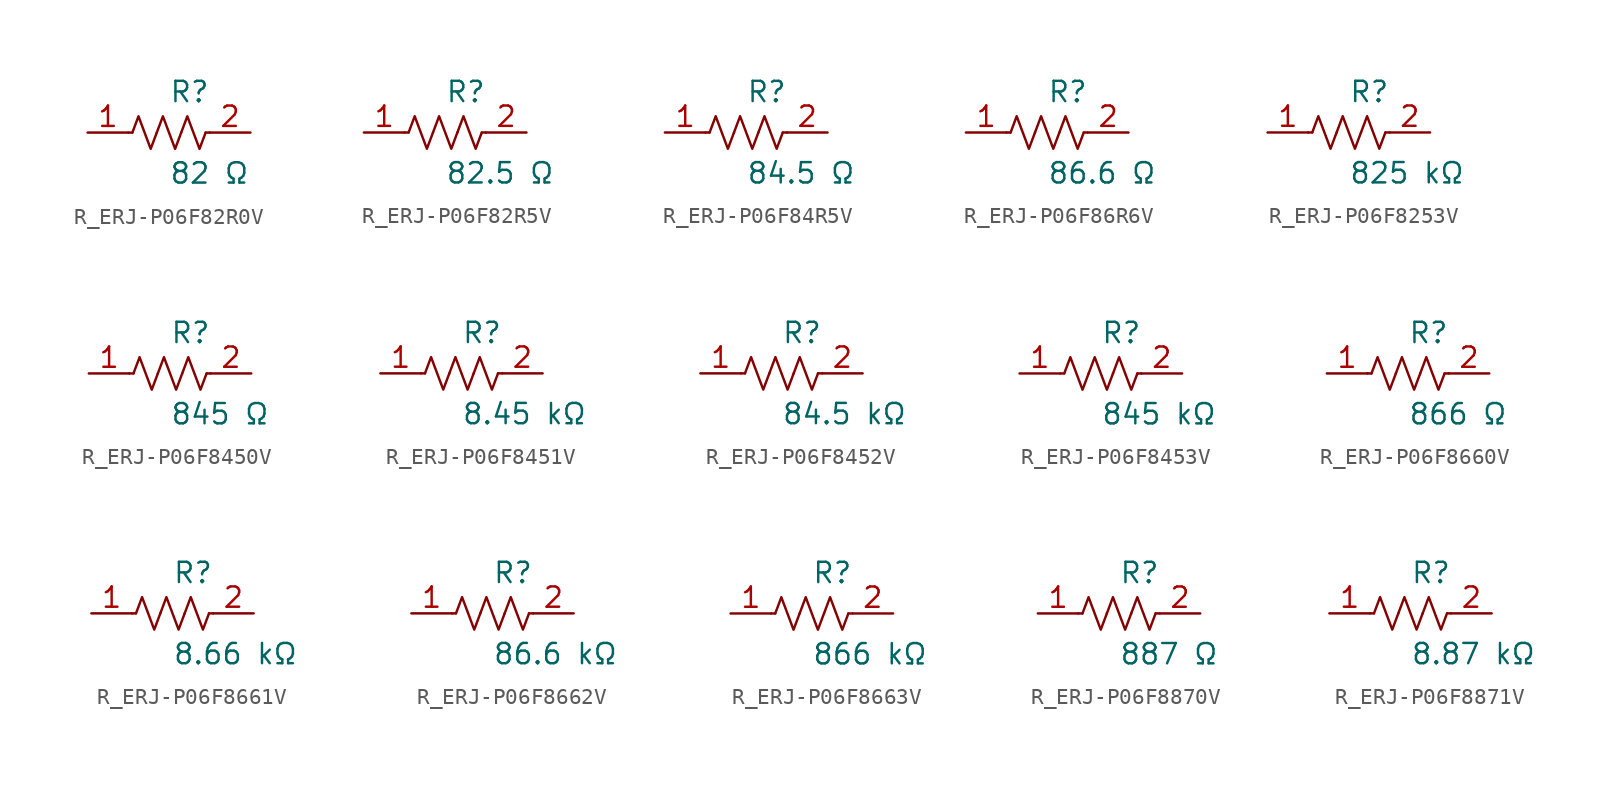
<source format=kicad_sym>
(kicad_symbol_lib
  (version 20231120)
  (generator kicad_symbol_editor)
  (generator_version 8.0)
  (symbol "R_ERJ-P06F82R0V"
    (pin_names
      (offset 0.254))
    (property "Reference" "R"
      (at 0 2.54 0)
      (effects (font (size 1.27 1.27)) (justify left)))
    (property "Value" "82 Ω"
      (at 0 -2.54 0)
      (effects (font (size 1.27 1.27)) (justify left)))
    (symbol "R_ERJ-P06F82R0V_0_1"
      (polyline (pts (xy 2.286 0) (xy 2.54 0)) (stroke (width 0) (type default)) (fill (type none)))
      (polyline (pts (xy -2.286 0) (xy -2.54 0)) (stroke (width 0) (type default)) (fill (type none)))
      (polyline (pts (xy 0.762 0) (xy 1.143 1.016) (xy 1.524 0) (xy 1.905 -1.016) (xy 2.286 0)) (stroke (width 0) (type default)) (fill (type none)))
      (polyline (pts (xy -0.762 0) (xy -0.381 1.016) (xy 0 0) (xy 0.381 -1.016) (xy 0.762 0)) (stroke (width 0) (type default)) (fill (type none)))
      (polyline (pts (xy -2.286 0) (xy -1.905 1.016) (xy -1.524 0) (xy -1.143 -1.016) (xy -0.762 0)) (stroke (width 0) (type default)) (fill (type none))))
    (pin passive line
      (at -5.08 0 0)
      (length 2.54)
      (name "" (effects (font (size 1.27 1.27))))
      (number "1" (effects (font (size 1.27 1.27)))))
    (pin passive line
      (at 5.08 0 180)
      (length 2.54)
      (name "" (effects (font (size 1.27 1.27))))
      (number "2" (effects (font (size 1.27 1.27))))))
  (symbol "R_ERJ-P06F82R5V"
    (pin_names
      (offset 0.254))
    (property "Reference" "R"
      (at 0 2.54 0)
      (effects (font (size 1.27 1.27)) (justify left)))
    (property "Value" "82.5 Ω"
      (at 0 -2.54 0)
      (effects (font (size 1.27 1.27)) (justify left)))
    (symbol "R_ERJ-P06F82R5V_0_1"
      (polyline (pts (xy 2.286 0) (xy 2.54 0)) (stroke (width 0) (type default)) (fill (type none)))
      (polyline (pts (xy -2.286 0) (xy -2.54 0)) (stroke (width 0) (type default)) (fill (type none)))
      (polyline (pts (xy 0.762 0) (xy 1.143 1.016) (xy 1.524 0) (xy 1.905 -1.016) (xy 2.286 0)) (stroke (width 0) (type default)) (fill (type none)))
      (polyline (pts (xy -0.762 0) (xy -0.381 1.016) (xy 0 0) (xy 0.381 -1.016) (xy 0.762 0)) (stroke (width 0) (type default)) (fill (type none)))
      (polyline (pts (xy -2.286 0) (xy -1.905 1.016) (xy -1.524 0) (xy -1.143 -1.016) (xy -0.762 0)) (stroke (width 0) (type default)) (fill (type none))))
    (pin passive line
      (at -5.08 0 0)
      (length 2.54)
      (name "" (effects (font (size 1.27 1.27))))
      (number "1" (effects (font (size 1.27 1.27)))))
    (pin passive line
      (at 5.08 0 180)
      (length 2.54)
      (name "" (effects (font (size 1.27 1.27))))
      (number "2" (effects (font (size 1.27 1.27))))))
  (symbol "R_ERJ-P06F84R5V"
    (pin_names
      (offset 0.254))
    (property "Reference" "R"
      (at 0 2.54 0)
      (effects (font (size 1.27 1.27)) (justify left)))
    (property "Value" "84.5 Ω"
      (at 0 -2.54 0)
      (effects (font (size 1.27 1.27)) (justify left)))
    (symbol "R_ERJ-P06F84R5V_0_1"
      (polyline (pts (xy 2.286 0) (xy 2.54 0)) (stroke (width 0) (type default)) (fill (type none)))
      (polyline (pts (xy -2.286 0) (xy -2.54 0)) (stroke (width 0) (type default)) (fill (type none)))
      (polyline (pts (xy 0.762 0) (xy 1.143 1.016) (xy 1.524 0) (xy 1.905 -1.016) (xy 2.286 0)) (stroke (width 0) (type default)) (fill (type none)))
      (polyline (pts (xy -0.762 0) (xy -0.381 1.016) (xy 0 0) (xy 0.381 -1.016) (xy 0.762 0)) (stroke (width 0) (type default)) (fill (type none)))
      (polyline (pts (xy -2.286 0) (xy -1.905 1.016) (xy -1.524 0) (xy -1.143 -1.016) (xy -0.762 0)) (stroke (width 0) (type default)) (fill (type none))))
    (pin passive line
      (at -5.08 0 0)
      (length 2.54)
      (name "" (effects (font (size 1.27 1.27))))
      (number "1" (effects (font (size 1.27 1.27)))))
    (pin passive line
      (at 5.08 0 180)
      (length 2.54)
      (name "" (effects (font (size 1.27 1.27))))
      (number "2" (effects (font (size 1.27 1.27))))))
  (symbol "R_ERJ-P06F86R6V"
    (pin_names
      (offset 0.254))
    (property "Reference" "R"
      (at 0 2.54 0)
      (effects (font (size 1.27 1.27)) (justify left)))
    (property "Value" "86.6 Ω"
      (at 0 -2.54 0)
      (effects (font (size 1.27 1.27)) (justify left)))
    (symbol "R_ERJ-P06F86R6V_0_1"
      (polyline (pts (xy 2.286 0) (xy 2.54 0)) (stroke (width 0) (type default)) (fill (type none)))
      (polyline (pts (xy -2.286 0) (xy -2.54 0)) (stroke (width 0) (type default)) (fill (type none)))
      (polyline (pts (xy 0.762 0) (xy 1.143 1.016) (xy 1.524 0) (xy 1.905 -1.016) (xy 2.286 0)) (stroke (width 0) (type default)) (fill (type none)))
      (polyline (pts (xy -0.762 0) (xy -0.381 1.016) (xy 0 0) (xy 0.381 -1.016) (xy 0.762 0)) (stroke (width 0) (type default)) (fill (type none)))
      (polyline (pts (xy -2.286 0) (xy -1.905 1.016) (xy -1.524 0) (xy -1.143 -1.016) (xy -0.762 0)) (stroke (width 0) (type default)) (fill (type none))))
    (pin passive line
      (at -5.08 0 0)
      (length 2.54)
      (name "" (effects (font (size 1.27 1.27))))
      (number "1" (effects (font (size 1.27 1.27)))))
    (pin passive line
      (at 5.08 0 180)
      (length 2.54)
      (name "" (effects (font (size 1.27 1.27))))
      (number "2" (effects (font (size 1.27 1.27))))))
  (symbol "R_ERJ-P06F8253V"
    (pin_names
      (offset 0.254))
    (property "Reference" "R"
      (at 0 2.54 0)
      (effects (font (size 1.27 1.27)) (justify left)))
    (property "Value" "825 kΩ"
      (at 0 -2.54 0)
      (effects (font (size 1.27 1.27)) (justify left)))
    (symbol "R_ERJ-P06F8253V_0_1"
      (polyline (pts (xy 2.286 0) (xy 2.54 0)) (stroke (width 0) (type default)) (fill (type none)))
      (polyline (pts (xy -2.286 0) (xy -2.54 0)) (stroke (width 0) (type default)) (fill (type none)))
      (polyline (pts (xy 0.762 0) (xy 1.143 1.016) (xy 1.524 0) (xy 1.905 -1.016) (xy 2.286 0)) (stroke (width 0) (type default)) (fill (type none)))
      (polyline (pts (xy -0.762 0) (xy -0.381 1.016) (xy 0 0) (xy 0.381 -1.016) (xy 0.762 0)) (stroke (width 0) (type default)) (fill (type none)))
      (polyline (pts (xy -2.286 0) (xy -1.905 1.016) (xy -1.524 0) (xy -1.143 -1.016) (xy -0.762 0)) (stroke (width 0) (type default)) (fill (type none))))
    (pin passive line
      (at -5.08 0 0)
      (length 2.54)
      (name "" (effects (font (size 1.27 1.27))))
      (number "1" (effects (font (size 1.27 1.27)))))
    (pin passive line
      (at 5.08 0 180)
      (length 2.54)
      (name "" (effects (font (size 1.27 1.27))))
      (number "2" (effects (font (size 1.27 1.27))))))
  (symbol "R_ERJ-P06F8450V"
    (pin_names
      (offset 0.254))
    (property "Reference" "R"
      (at 0 2.54 0)
      (effects (font (size 1.27 1.27)) (justify left)))
    (property "Value" "845 Ω"
      (at 0 -2.54 0)
      (effects (font (size 1.27 1.27)) (justify left)))
    (symbol "R_ERJ-P06F8450V_0_1"
      (polyline (pts (xy 2.286 0) (xy 2.54 0)) (stroke (width 0) (type default)) (fill (type none)))
      (polyline (pts (xy -2.286 0) (xy -2.54 0)) (stroke (width 0) (type default)) (fill (type none)))
      (polyline (pts (xy 0.762 0) (xy 1.143 1.016) (xy 1.524 0) (xy 1.905 -1.016) (xy 2.286 0)) (stroke (width 0) (type default)) (fill (type none)))
      (polyline (pts (xy -0.762 0) (xy -0.381 1.016) (xy 0 0) (xy 0.381 -1.016) (xy 0.762 0)) (stroke (width 0) (type default)) (fill (type none)))
      (polyline (pts (xy -2.286 0) (xy -1.905 1.016) (xy -1.524 0) (xy -1.143 -1.016) (xy -0.762 0)) (stroke (width 0) (type default)) (fill (type none))))
    (pin passive line
      (at -5.08 0 0)
      (length 2.54)
      (name "" (effects (font (size 1.27 1.27))))
      (number "1" (effects (font (size 1.27 1.27)))))
    (pin passive line
      (at 5.08 0 180)
      (length 2.54)
      (name "" (effects (font (size 1.27 1.27))))
      (number "2" (effects (font (size 1.27 1.27))))))
  (symbol "R_ERJ-P06F8451V"
    (pin_names
      (offset 0.254))
    (property "Reference" "R"
      (at 0 2.54 0)
      (effects (font (size 1.27 1.27)) (justify left)))
    (property "Value" "8.45 kΩ"
      (at 0 -2.54 0)
      (effects (font (size 1.27 1.27)) (justify left)))
    (symbol "R_ERJ-P06F8451V_0_1"
      (polyline (pts (xy 2.286 0) (xy 2.54 0)) (stroke (width 0) (type default)) (fill (type none)))
      (polyline (pts (xy -2.286 0) (xy -2.54 0)) (stroke (width 0) (type default)) (fill (type none)))
      (polyline (pts (xy 0.762 0) (xy 1.143 1.016) (xy 1.524 0) (xy 1.905 -1.016) (xy 2.286 0)) (stroke (width 0) (type default)) (fill (type none)))
      (polyline (pts (xy -0.762 0) (xy -0.381 1.016) (xy 0 0) (xy 0.381 -1.016) (xy 0.762 0)) (stroke (width 0) (type default)) (fill (type none)))
      (polyline (pts (xy -2.286 0) (xy -1.905 1.016) (xy -1.524 0) (xy -1.143 -1.016) (xy -0.762 0)) (stroke (width 0) (type default)) (fill (type none))))
    (pin passive line
      (at -5.08 0 0)
      (length 2.54)
      (name "" (effects (font (size 1.27 1.27))))
      (number "1" (effects (font (size 1.27 1.27)))))
    (pin passive line
      (at 5.08 0 180)
      (length 2.54)
      (name "" (effects (font (size 1.27 1.27))))
      (number "2" (effects (font (size 1.27 1.27))))))
  (symbol "R_ERJ-P06F8452V"
    (pin_names
      (offset 0.254))
    (property "Reference" "R"
      (at 0 2.54 0)
      (effects (font (size 1.27 1.27)) (justify left)))
    (property "Value" "84.5 kΩ"
      (at 0 -2.54 0)
      (effects (font (size 1.27 1.27)) (justify left)))
    (symbol "R_ERJ-P06F8452V_0_1"
      (polyline (pts (xy 2.286 0) (xy 2.54 0)) (stroke (width 0) (type default)) (fill (type none)))
      (polyline (pts (xy -2.286 0) (xy -2.54 0)) (stroke (width 0) (type default)) (fill (type none)))
      (polyline (pts (xy 0.762 0) (xy 1.143 1.016) (xy 1.524 0) (xy 1.905 -1.016) (xy 2.286 0)) (stroke (width 0) (type default)) (fill (type none)))
      (polyline (pts (xy -0.762 0) (xy -0.381 1.016) (xy 0 0) (xy 0.381 -1.016) (xy 0.762 0)) (stroke (width 0) (type default)) (fill (type none)))
      (polyline (pts (xy -2.286 0) (xy -1.905 1.016) (xy -1.524 0) (xy -1.143 -1.016) (xy -0.762 0)) (stroke (width 0) (type default)) (fill (type none))))
    (pin passive line
      (at -5.08 0 0)
      (length 2.54)
      (name "" (effects (font (size 1.27 1.27))))
      (number "1" (effects (font (size 1.27 1.27)))))
    (pin passive line
      (at 5.08 0 180)
      (length 2.54)
      (name "" (effects (font (size 1.27 1.27))))
      (number "2" (effects (font (size 1.27 1.27))))))
  (symbol "R_ERJ-P06F8453V"
    (pin_names
      (offset 0.254))
    (property "Reference" "R"
      (at 0 2.54 0)
      (effects (font (size 1.27 1.27)) (justify left)))
    (property "Value" "845 kΩ"
      (at 0 -2.54 0)
      (effects (font (size 1.27 1.27)) (justify left)))
    (symbol "R_ERJ-P06F8453V_0_1"
      (polyline (pts (xy 2.286 0) (xy 2.54 0)) (stroke (width 0) (type default)) (fill (type none)))
      (polyline (pts (xy -2.286 0) (xy -2.54 0)) (stroke (width 0) (type default)) (fill (type none)))
      (polyline (pts (xy 0.762 0) (xy 1.143 1.016) (xy 1.524 0) (xy 1.905 -1.016) (xy 2.286 0)) (stroke (width 0) (type default)) (fill (type none)))
      (polyline (pts (xy -0.762 0) (xy -0.381 1.016) (xy 0 0) (xy 0.381 -1.016) (xy 0.762 0)) (stroke (width 0) (type default)) (fill (type none)))
      (polyline (pts (xy -2.286 0) (xy -1.905 1.016) (xy -1.524 0) (xy -1.143 -1.016) (xy -0.762 0)) (stroke (width 0) (type default)) (fill (type none))))
    (pin passive line
      (at -5.08 0 0)
      (length 2.54)
      (name "" (effects (font (size 1.27 1.27))))
      (number "1" (effects (font (size 1.27 1.27)))))
    (pin passive line
      (at 5.08 0 180)
      (length 2.54)
      (name "" (effects (font (size 1.27 1.27))))
      (number "2" (effects (font (size 1.27 1.27))))))
  (symbol "R_ERJ-P06F8660V"
    (pin_names
      (offset 0.254))
    (property "Reference" "R"
      (at 0 2.54 0)
      (effects (font (size 1.27 1.27)) (justify left)))
    (property "Value" "866 Ω"
      (at 0 -2.54 0)
      (effects (font (size 1.27 1.27)) (justify left)))
    (symbol "R_ERJ-P06F8660V_0_1"
      (polyline (pts (xy 2.286 0) (xy 2.54 0)) (stroke (width 0) (type default)) (fill (type none)))
      (polyline (pts (xy -2.286 0) (xy -2.54 0)) (stroke (width 0) (type default)) (fill (type none)))
      (polyline (pts (xy 0.762 0) (xy 1.143 1.016) (xy 1.524 0) (xy 1.905 -1.016) (xy 2.286 0)) (stroke (width 0) (type default)) (fill (type none)))
      (polyline (pts (xy -0.762 0) (xy -0.381 1.016) (xy 0 0) (xy 0.381 -1.016) (xy 0.762 0)) (stroke (width 0) (type default)) (fill (type none)))
      (polyline (pts (xy -2.286 0) (xy -1.905 1.016) (xy -1.524 0) (xy -1.143 -1.016) (xy -0.762 0)) (stroke (width 0) (type default)) (fill (type none))))
    (pin passive line
      (at -5.08 0 0)
      (length 2.54)
      (name "" (effects (font (size 1.27 1.27))))
      (number "1" (effects (font (size 1.27 1.27)))))
    (pin passive line
      (at 5.08 0 180)
      (length 2.54)
      (name "" (effects (font (size 1.27 1.27))))
      (number "2" (effects (font (size 1.27 1.27))))))
  (symbol "R_ERJ-P06F8661V"
    (pin_names
      (offset 0.254))
    (property "Reference" "R"
      (at 0 2.54 0)
      (effects (font (size 1.27 1.27)) (justify left)))
    (property "Value" "8.66 kΩ"
      (at 0 -2.54 0)
      (effects (font (size 1.27 1.27)) (justify left)))
    (symbol "R_ERJ-P06F8661V_0_1"
      (polyline (pts (xy 2.286 0) (xy 2.54 0)) (stroke (width 0) (type default)) (fill (type none)))
      (polyline (pts (xy -2.286 0) (xy -2.54 0)) (stroke (width 0) (type default)) (fill (type none)))
      (polyline (pts (xy 0.762 0) (xy 1.143 1.016) (xy 1.524 0) (xy 1.905 -1.016) (xy 2.286 0)) (stroke (width 0) (type default)) (fill (type none)))
      (polyline (pts (xy -0.762 0) (xy -0.381 1.016) (xy 0 0) (xy 0.381 -1.016) (xy 0.762 0)) (stroke (width 0) (type default)) (fill (type none)))
      (polyline (pts (xy -2.286 0) (xy -1.905 1.016) (xy -1.524 0) (xy -1.143 -1.016) (xy -0.762 0)) (stroke (width 0) (type default)) (fill (type none))))
    (pin passive line
      (at -5.08 0 0)
      (length 2.54)
      (name "" (effects (font (size 1.27 1.27))))
      (number "1" (effects (font (size 1.27 1.27)))))
    (pin passive line
      (at 5.08 0 180)
      (length 2.54)
      (name "" (effects (font (size 1.27 1.27))))
      (number "2" (effects (font (size 1.27 1.27))))))
  (symbol "R_ERJ-P06F8662V"
    (pin_names
      (offset 0.254))
    (property "Reference" "R"
      (at 0 2.54 0)
      (effects (font (size 1.27 1.27)) (justify left)))
    (property "Value" "86.6 kΩ"
      (at 0 -2.54 0)
      (effects (font (size 1.27 1.27)) (justify left)))
    (symbol "R_ERJ-P06F8662V_0_1"
      (polyline (pts (xy 2.286 0) (xy 2.54 0)) (stroke (width 0) (type default)) (fill (type none)))
      (polyline (pts (xy -2.286 0) (xy -2.54 0)) (stroke (width 0) (type default)) (fill (type none)))
      (polyline (pts (xy 0.762 0) (xy 1.143 1.016) (xy 1.524 0) (xy 1.905 -1.016) (xy 2.286 0)) (stroke (width 0) (type default)) (fill (type none)))
      (polyline (pts (xy -0.762 0) (xy -0.381 1.016) (xy 0 0) (xy 0.381 -1.016) (xy 0.762 0)) (stroke (width 0) (type default)) (fill (type none)))
      (polyline (pts (xy -2.286 0) (xy -1.905 1.016) (xy -1.524 0) (xy -1.143 -1.016) (xy -0.762 0)) (stroke (width 0) (type default)) (fill (type none))))
    (pin passive line
      (at -5.08 0 0)
      (length 2.54)
      (name "" (effects (font (size 1.27 1.27))))
      (number "1" (effects (font (size 1.27 1.27)))))
    (pin passive line
      (at 5.08 0 180)
      (length 2.54)
      (name "" (effects (font (size 1.27 1.27))))
      (number "2" (effects (font (size 1.27 1.27))))))
  (symbol "R_ERJ-P06F8663V"
    (pin_names
      (offset 0.254))
    (property "Reference" "R"
      (at 0 2.54 0)
      (effects (font (size 1.27 1.27)) (justify left)))
    (property "Value" "866 kΩ"
      (at 0 -2.54 0)
      (effects (font (size 1.27 1.27)) (justify left)))
    (symbol "R_ERJ-P06F8663V_0_1"
      (polyline (pts (xy 2.286 0) (xy 2.54 0)) (stroke (width 0) (type default)) (fill (type none)))
      (polyline (pts (xy -2.286 0) (xy -2.54 0)) (stroke (width 0) (type default)) (fill (type none)))
      (polyline (pts (xy 0.762 0) (xy 1.143 1.016) (xy 1.524 0) (xy 1.905 -1.016) (xy 2.286 0)) (stroke (width 0) (type default)) (fill (type none)))
      (polyline (pts (xy -0.762 0) (xy -0.381 1.016) (xy 0 0) (xy 0.381 -1.016) (xy 0.762 0)) (stroke (width 0) (type default)) (fill (type none)))
      (polyline (pts (xy -2.286 0) (xy -1.905 1.016) (xy -1.524 0) (xy -1.143 -1.016) (xy -0.762 0)) (stroke (width 0) (type default)) (fill (type none))))
    (pin passive line
      (at -5.08 0 0)
      (length 2.54)
      (name "" (effects (font (size 1.27 1.27))))
      (number "1" (effects (font (size 1.27 1.27)))))
    (pin passive line
      (at 5.08 0 180)
      (length 2.54)
      (name "" (effects (font (size 1.27 1.27))))
      (number "2" (effects (font (size 1.27 1.27))))))
  (symbol "R_ERJ-P06F8870V"
    (pin_names
      (offset 0.254))
    (property "Reference" "R"
      (at 0 2.54 0)
      (effects (font (size 1.27 1.27)) (justify left)))
    (property "Value" "887 Ω"
      (at 0 -2.54 0)
      (effects (font (size 1.27 1.27)) (justify left)))
    (symbol "R_ERJ-P06F8870V_0_1"
      (polyline (pts (xy 2.286 0) (xy 2.54 0)) (stroke (width 0) (type default)) (fill (type none)))
      (polyline (pts (xy -2.286 0) (xy -2.54 0)) (stroke (width 0) (type default)) (fill (type none)))
      (polyline (pts (xy 0.762 0) (xy 1.143 1.016) (xy 1.524 0) (xy 1.905 -1.016) (xy 2.286 0)) (stroke (width 0) (type default)) (fill (type none)))
      (polyline (pts (xy -0.762 0) (xy -0.381 1.016) (xy 0 0) (xy 0.381 -1.016) (xy 0.762 0)) (stroke (width 0) (type default)) (fill (type none)))
      (polyline (pts (xy -2.286 0) (xy -1.905 1.016) (xy -1.524 0) (xy -1.143 -1.016) (xy -0.762 0)) (stroke (width 0) (type default)) (fill (type none))))
    (pin passive line
      (at -5.08 0 0)
      (length 2.54)
      (name "" (effects (font (size 1.27 1.27))))
      (number "1" (effects (font (size 1.27 1.27)))))
    (pin passive line
      (at 5.08 0 180)
      (length 2.54)
      (name "" (effects (font (size 1.27 1.27))))
      (number "2" (effects (font (size 1.27 1.27))))))
  (symbol "R_ERJ-P06F8871V"
    (pin_names
      (offset 0.254))
    (property "Reference" "R"
      (at 0 2.54 0)
      (effects (font (size 1.27 1.27)) (justify left)))
    (property "Value" "8.87 kΩ"
      (at 0 -2.54 0)
      (effects (font (size 1.27 1.27)) (justify left)))
    (symbol "R_ERJ-P06F8871V_0_1"
      (polyline (pts (xy 2.286 0) (xy 2.54 0)) (stroke (width 0) (type default)) (fill (type none)))
      (polyline (pts (xy -2.286 0) (xy -2.54 0)) (stroke (width 0) (type default)) (fill (type none)))
      (polyline (pts (xy 0.762 0) (xy 1.143 1.016) (xy 1.524 0) (xy 1.905 -1.016) (xy 2.286 0)) (stroke (width 0) (type default)) (fill (type none)))
      (polyline (pts (xy -0.762 0) (xy -0.381 1.016) (xy 0 0) (xy 0.381 -1.016) (xy 0.762 0)) (stroke (width 0) (type default)) (fill (type none)))
      (polyline (pts (xy -2.286 0) (xy -1.905 1.016) (xy -1.524 0) (xy -1.143 -1.016) (xy -0.762 0)) (stroke (width 0) (type default)) (fill (type none))))
    (pin passive line
      (at -5.08 0 0)
      (length 2.54)
      (name "" (effects (font (size 1.27 1.27))))
      (number "1" (effects (font (size 1.27 1.27)))))
    (pin passive line
      (at 5.08 0 180)
      (length 2.54)
      (name "" (effects (font (size 1.27 1.27))))
      (number "2" (effects (font (size 1.27 1.27)))))))
</source>
